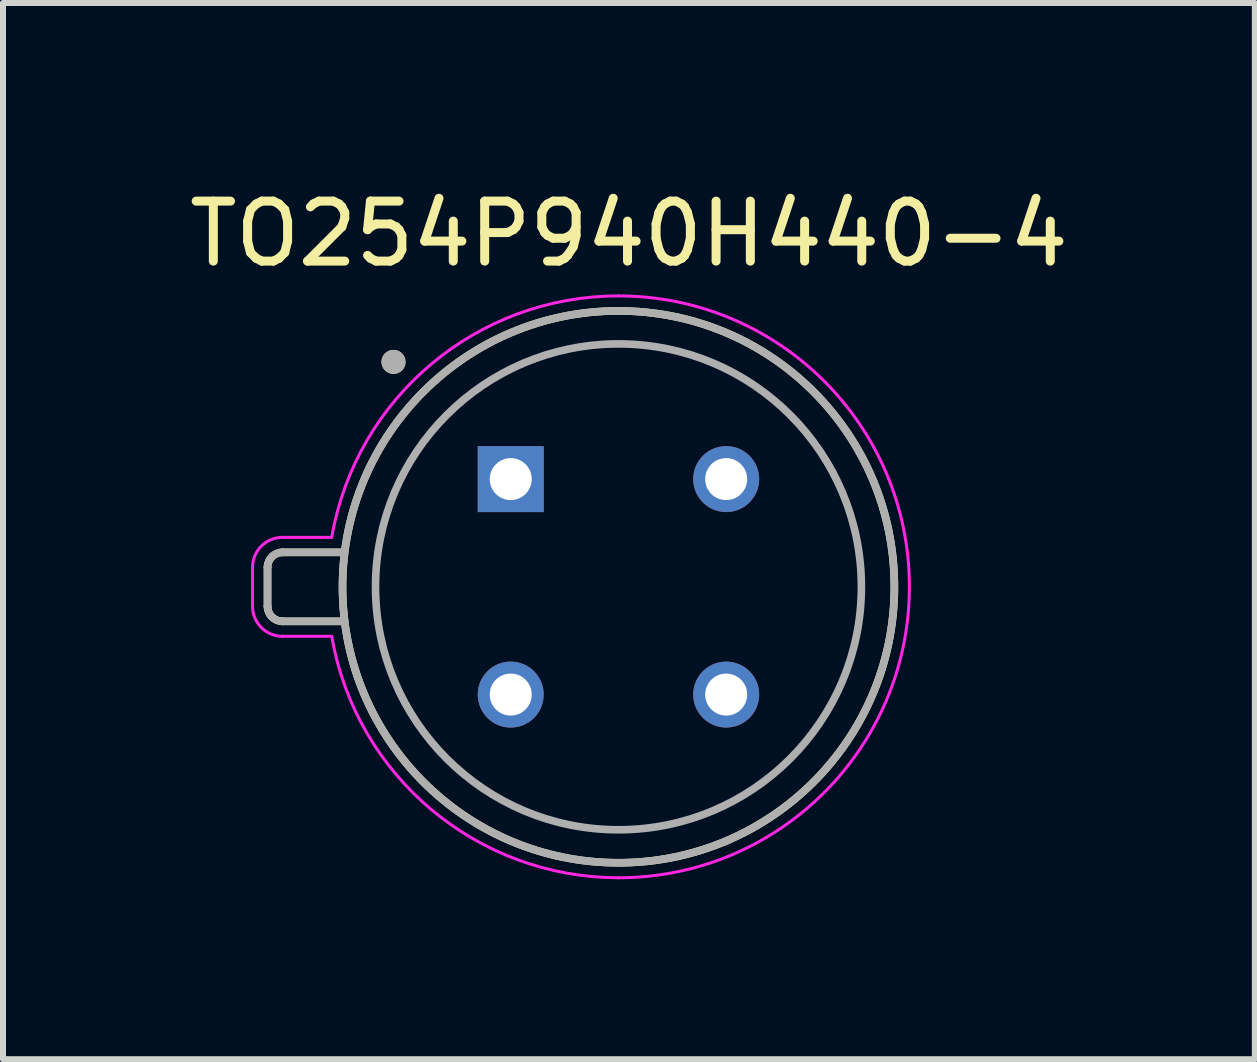
<source format=kicad_pcb>
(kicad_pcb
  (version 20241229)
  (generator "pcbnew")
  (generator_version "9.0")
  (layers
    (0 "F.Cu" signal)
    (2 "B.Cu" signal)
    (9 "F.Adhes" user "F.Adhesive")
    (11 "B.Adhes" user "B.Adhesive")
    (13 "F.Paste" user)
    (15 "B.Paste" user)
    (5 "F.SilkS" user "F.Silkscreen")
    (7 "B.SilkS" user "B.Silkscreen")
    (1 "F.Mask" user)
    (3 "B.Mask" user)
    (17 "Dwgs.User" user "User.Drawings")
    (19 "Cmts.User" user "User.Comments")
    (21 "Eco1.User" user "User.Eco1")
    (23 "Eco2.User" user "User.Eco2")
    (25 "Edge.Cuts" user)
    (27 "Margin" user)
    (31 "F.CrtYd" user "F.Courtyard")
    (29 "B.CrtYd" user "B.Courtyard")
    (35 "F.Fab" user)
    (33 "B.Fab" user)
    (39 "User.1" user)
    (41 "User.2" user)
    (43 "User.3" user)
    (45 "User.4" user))
  (footprint "TO254P940H440-4"
    (layer "F.Cu")
    (at 7.26 6.733)
    (property "Reference" "TO254P940H440-4" (at 0.175 -5.885 0) (layer "F.SilkS") (effects (font (size 1 1) (thickness 0.15))))
    (attr through_hole)
    (fp_line (start -5.85 0.325) (end -5.85 -0.325) (stroke (width 0.127) (type solid)) (layer "F.SilkS"))
    (fp_line (start -4.6 -0.575) (end -5.6 -0.575) (stroke (width 0.127) (type solid)) (layer "F.SilkS"))
    (fp_line (start -4.6 0.575) (end -5.6 0.575) (stroke (width 0.127) (type solid)) (layer "F.SilkS"))
    (fp_arc (start -5.85 -0.325) (mid -5.776777 -0.501777) (end -5.6 -0.575) (stroke (width 0.127) (type solid)) (layer "F.SilkS"))
    (fp_arc (start -5.6 0.575) (mid -5.776777 0.501777) (end -5.85 0.325) (stroke (width 0.127) (type solid)) (layer "F.SilkS"))
    (fp_circle (center -3.75 -3.75) (end -3.65 -3.75) (stroke (width 0.2) (type solid)) (fill no) (layer "F.SilkS"))
    (fp_circle (center 0 0) (end 4.6 0) (stroke (width 0.127) (type solid)) (fill no) (layer "F.SilkS"))
    (fp_line (start -6.1 -0.325) (end -6.1 0.325) (stroke (width 0.05) (type solid)) (layer "F.CrtYd"))
    (fp_line (start -5.6 0.825) (end -4.78 0.825) (stroke (width 0.05) (type solid)) (layer "F.CrtYd"))
    (fp_line (start -4.78 -0.825) (end -5.6 -0.825) (stroke (width 0.05) (type solid)) (layer "F.CrtYd"))
    (fp_arc (start -6.1 -0.325) (mid -5.953553 -0.678553) (end -5.6 -0.825) (stroke (width 0.05) (type solid)) (layer "F.CrtYd"))
    (fp_arc (start -5.6 0.825) (mid -5.953553 0.678553) (end -6.1 0.325) (stroke (width 0.05) (type solid)) (layer "F.CrtYd"))
    (fp_arc (start -4.78 -0.825) (mid -3.124622 -3.70992) (end -0.000001 -4.85) (stroke (width 0.05) (type solid)) (layer "F.CrtYd"))
    (fp_arc (start 0 -4.85) (mid 4.85 0) (end 0 4.85) (stroke (width 0.05) (type solid)) (layer "F.CrtYd"))
    (fp_arc (start 0 4.85) (mid -3.124083 3.70928) (end -4.78 0.825) (stroke (width 0.05) (type solid)) (layer "F.CrtYd"))
    (fp_line (start -5.85 0.325) (end -5.85 -0.325) (stroke (width 0.127) (type solid)) (layer "F.Fab"))
    (fp_line (start -4.6 -0.575) (end -5.6 -0.575) (stroke (width 0.127) (type solid)) (layer "F.Fab"))
    (fp_line (start -4.6 0.575) (end -5.6 0.575) (stroke (width 0.127) (type solid)) (layer "F.Fab"))
    (fp_arc (start -5.85 -0.325) (mid -5.776777 -0.501777) (end -5.6 -0.575) (stroke (width 0.127) (type solid)) (layer "F.Fab"))
    (fp_arc (start -5.6 0.575) (mid -5.776777 0.501777) (end -5.85 0.325) (stroke (width 0.127) (type solid)) (layer "F.Fab"))
    (fp_circle (center -3.75 -3.75) (end -3.65 -3.75) (stroke (width 0.2) (type solid)) (fill no) (layer "F.Fab"))
    (fp_circle (center 0 0) (end 4.05 0) (stroke (width 0.127) (type solid)) (fill no) (layer "F.Fab"))
    (fp_circle (center 0 0) (end 4.6 0) (stroke (width 0.127) (type solid)) (fill no) (layer "F.Fab"))
    (pad "1" thru_hole rect (at -1.796 -1.796) (size 1.1 1.1) (drill 0.7) (layers "*.Cu" "*.Mask"))
    (pad "2" thru_hole circle (at -1.796 1.796) (size 1.1 1.1) (drill 0.7) (layers "*.Cu" "*.Mask"))
    (pad "3" thru_hole circle (at 1.796 1.796) (size 1.1 1.1) (drill 0.7) (layers "*.Cu" "*.Mask"))
    (pad "4" thru_hole circle (at 1.796 -1.796) (size 1.1 1.1) (drill 0.7) (layers "*.Cu" "*.Mask")))
  (gr_rect
    (start -3 -3)
    (end 17.869 14.608)
    (stroke (width 0.1) (type default))
    (fill no)
    (layer "Edge.Cuts")))
</source>
